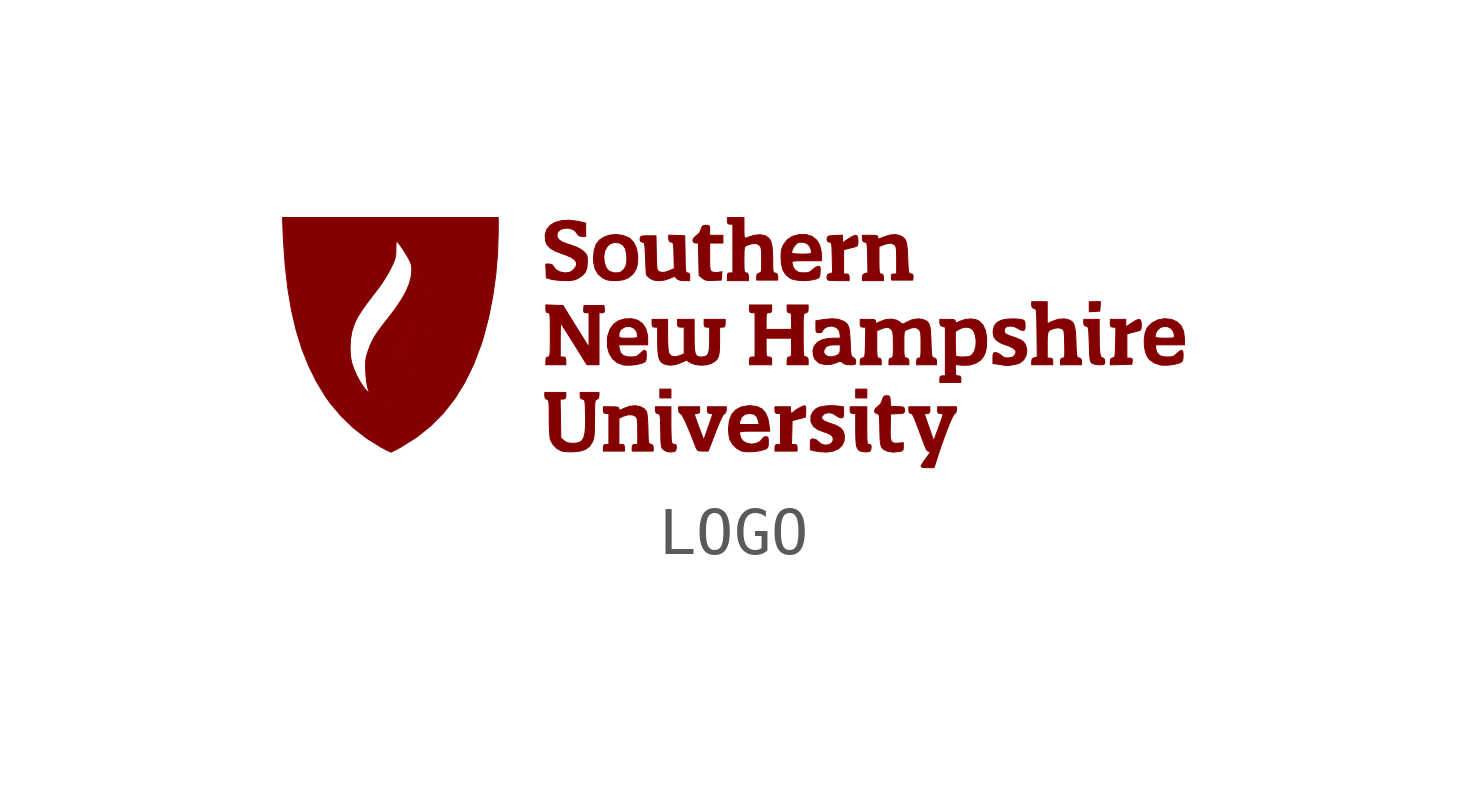
<source format=kicad_sym>
(kicad_symbol_lib
  (version 20220914)
  (generator "bitmap2component")
  (generator_version "9.0")
  (symbol "LOGO"
    (pin_names
      (offset 1.016))
    (property "Reference" "#G"
      (at 0 4.609 0)
      (effects (font (size 1.27 1.27)) hide))
    (symbol "LOGO_0_0"
      (polyline (pts (xy 4.238 -2.368) (xy 4.276 -2.251) (xy 4.335 -2.079) (xy 4.393 -1.918) (xy 4.448 -1.773) (xy 4.498 -1.65) (xy 4.541 -1.554) (xy 4.574 -1.492) (xy 4.596 -1.468) (xy 4.621 -1.449) (xy 4.633 -1.393) (xy 4.633 -1.325) (xy 4.437 -1.325) (xy 4.241 -1.325) (xy 4.241 -1.395) (xy 4.242 -1.425) (xy 4.257 -1.456) (xy 4.299 -1.464) (xy 4.337 -1.468) (xy 4.356 -1.483) (xy 4.356 -1.483) (xy 4.348 -1.513) (xy 4.327 -1.577) (xy 4.295 -1.665) (xy 4.258 -1.769) (xy 4.159 -2.037) (xy 4.07 -1.779) (xy 4.035 -1.681) (xy 4.004 -1.591) (xy 3.981 -1.525) (xy 3.97 -1.492) (xy 3.976 -1.472) (xy 4.02 -1.464) (xy 4.047 -1.462) (xy 4.074 -1.444) (xy 4.08 -1.395) (xy 4.08 -1.325) (xy 3.861 -1.325) (xy 3.642 -1.325) (xy 3.642 -1.395) (xy 3.649 -1.443) (xy 3.675 -1.464) (xy 3.685 -1.464) (xy 3.703 -1.472) (xy 3.722 -1.494) (xy 3.744 -1.535) (xy 3.772 -1.602) (xy 3.81 -1.7) (xy 3.861 -1.836) (xy 3.894 -1.925) (xy 3.938 -2.044) (xy 3.971 -2.13) (xy 3.995 -2.187) (xy 4.013 -2.222) (xy 4.028 -2.24) (xy 4.043 -2.248) (xy 4.06 -2.252) (xy 4.066 -2.253) (xy 4.082 -2.262) (xy 4.079 -2.284) (xy 4.053 -2.326) (xy 4.001 -2.397) (xy 3.994 -2.407) (xy 3.944 -2.477) (xy 3.909 -2.533) (xy 3.896 -2.564) (xy 3.902 -2.576) (xy 3.945 -2.589) (xy 4.03 -2.593) (xy 4.166 -2.593) (xy 4.238 -2.368)) (stroke (width 0.01) (type default)) (fill (type outline)))
      (polyline (pts (xy -7.14 -2.268) (xy -7.104 -2.251) (xy -7.041 -2.218) (xy -6.961 -2.176) (xy -6.937 -2.163) (xy -6.61 -1.957) (xy -6.314 -1.721) (xy -6.049 -1.452) (xy -5.812 -1.149) (xy -5.603 -0.811) (xy -5.422 -0.437) (xy -5.266 -0.026) (xy -5.213 0.147) (xy -5.108 0.551) (xy -5.024 0.982) (xy -4.961 1.428) (xy -4.923 1.878) (xy -4.91 2.32) (xy -4.91 2.616) (xy -7.156 2.616) (xy -9.402 2.616) (xy -9.391 2.311) (xy -9.382 2.113) (xy -9.345 1.596) (xy -9.289 1.117) (xy -9.213 0.674) (xy -9.117 0.264) (xy -9.009 -0.084) (xy -7.996 -0.084) (xy -7.987 0.081) (xy -7.962 0.227) (xy -7.951 0.268) (xy -7.925 0.353) (xy -7.894 0.433) (xy -7.855 0.515) (xy -7.803 0.603) (xy -7.737 0.704) (xy -7.651 0.824) (xy -7.543 0.968) (xy -7.41 1.141) (xy -7.38 1.18) (xy -7.297 1.303) (xy -7.215 1.435) (xy -7.15 1.556) (xy -7.146 1.565) (xy -7.098 1.664) (xy -7.068 1.739) (xy -7.051 1.802) (xy -7.043 1.869) (xy -7.042 1.953) (xy -7.042 1.974) (xy -7.04 2.054) (xy -7.035 2.11) (xy -7.03 2.131) (xy -7.025 2.129) (xy -6.997 2.099) (xy -6.955 2.043) (xy -6.904 1.969) (xy -6.851 1.888) (xy -6.802 1.809) (xy -6.765 1.741) (xy -6.737 1.683) (xy -6.716 1.619) (xy -6.711 1.567) (xy -6.684 1.567) (xy -6.673 1.579) (xy -6.661 1.567) (xy -6.673 1.556) (xy -6.684 1.567) (xy -6.711 1.567) (xy -6.71 1.552) (xy -6.714 1.461) (xy -6.726 1.372) (xy -6.736 1.337) (xy -6.523 1.337) (xy -6.511 1.348) (xy -6.5 1.337) (xy -6.511 1.325) (xy -6.523 1.337) (xy -6.736 1.337) (xy -6.766 1.226) (xy -6.832 1.071) (xy -6.851 1.037) (xy -6.385 1.037) (xy -6.373 1.049) (xy -6.362 1.037) (xy -6.373 1.026) (xy -6.385 1.037) (xy -6.851 1.037) (xy -6.928 0.902) (xy -7.055 0.713) (xy -7.217 0.502) (xy -7.303 0.392) (xy -6.73 0.392) (xy -6.719 0.403) (xy -6.707 0.392) (xy -6.719 0.38) (xy -6.73 0.392) (xy -7.303 0.392) (xy -7.322 0.368) (xy -7.412 0.246) (xy -7.453 0.184) (xy -6.776 0.184) (xy -6.765 0.196) (xy -6.753 0.184) (xy -6.362 0.184) (xy -6.35 0.196) (xy -6.338 0.184) (xy -6.35 0.173) (xy -6.362 0.184) (xy -6.753 0.184) (xy -6.765 0.173) (xy -6.776 0.184) (xy -7.453 0.184) (xy -7.481 0.141) (xy -7.535 0.044) (xy -7.555 0) (xy -6.869 0) (xy -6.857 0.011) (xy -6.846 0) (xy -6.857 -0.011) (xy -6.869 0) (xy -7.555 0) (xy -7.579 -0.054) (xy -7.619 -0.161) (xy -7.619 -0.162) (xy -7.626 -0.184) (xy -6.961 -0.184) (xy -6.949 -0.173) (xy -6.938 -0.184) (xy -6.949 -0.196) (xy -6.961 -0.184) (xy -7.626 -0.184) (xy -7.647 -0.249) (xy -7.664 -0.322) (xy -7.672 -0.394) (xy -7.673 -0.481) (xy -7.67 -0.576) (xy -6.73 -0.576) (xy -6.719 -0.565) (xy -6.707 -0.576) (xy -6.719 -0.588) (xy -6.73 -0.576) (xy -7.67 -0.576) (xy -7.669 -0.599) (xy -7.666 -0.656) (xy -7.655 -0.778) (xy -7.639 -0.881) (xy -7.623 -0.945) (xy -7.514 -0.945) (xy -7.503 -0.933) (xy -7.491 -0.945) (xy -7.503 -0.957) (xy -7.514 -0.945) (xy -7.623 -0.945) (xy -7.622 -0.951) (xy -7.611 -0.981) (xy -7.596 -1.03) (xy -7.594 -1.049) (xy -7.605 -1.04) (xy -7.639 -1.004) (xy -7.687 -0.951) (xy -7.706 -0.926) (xy -7.782 -0.814) (xy -7.856 -0.678) (xy -7.919 -0.535) (xy -7.964 -0.403) (xy -7.967 -0.392) (xy -7.99 -0.248) (xy -7.996 -0.084) (xy -9.009 -0.084) (xy -8.999 -0.116) (xy -8.86 -0.468) (xy -8.698 -0.796) (xy -8.513 -1.102) (xy -8.418 -1.237) (xy -8.392 -1.268) (xy -7.191 -1.268) (xy -7.18 -1.256) (xy -7.168 -1.268) (xy -7.18 -1.279) (xy -7.191 -1.268) (xy -8.392 -1.268) (xy -8.188 -1.511) (xy -7.929 -1.762) (xy -7.647 -1.982) (xy -7.353 -2.164) (xy -7.301 -2.192) (xy -7.224 -2.232) (xy -7.169 -2.259) (xy -7.145 -2.27) (xy -7.14 -2.268)) (stroke (width 0.01) (type default)) (fill (type outline)))
      (polyline (pts (xy -3.34 -2.262) (xy -3.207 -2.248) (xy -3.092 -2.21) (xy -3.008 -2.147) (xy -2.948 -2.054) (xy -2.935 -2.022) (xy -2.922 -1.975) (xy -2.914 -1.914) (xy -2.908 -1.832) (xy -2.906 -1.72) (xy -2.905 -1.571) (xy -2.904 -1.462) (xy -2.903 -1.35) (xy -2.901 -1.272) (xy -2.895 -1.221) (xy -2.887 -1.192) (xy -2.875 -1.177) (xy -2.858 -1.171) (xy -2.824 -1.148) (xy -2.812 -1.092) (xy -2.812 -1.026) (xy -3.008 -1.026) (xy -3.204 -1.026) (xy -3.204 -1.093) (xy -3.204 -1.107) (xy -3.191 -1.151) (xy -3.152 -1.168) (xy -3.134 -1.172) (xy -3.118 -1.183) (xy -3.107 -1.209) (xy -3.101 -1.257) (xy -3.096 -1.335) (xy -3.093 -1.452) (xy -3.091 -1.569) (xy -3.093 -1.734) (xy -3.103 -1.861) (xy -3.124 -1.955) (xy -3.157 -2.019) (xy -3.205 -2.059) (xy -3.269 -2.08) (xy -3.351 -2.086) (xy -3.427 -2.082) (xy -3.49 -2.066) (xy -3.542 -2.03) (xy -3.607 -1.975) (xy -3.614 -1.569) (xy -3.622 -1.164) (xy -3.563 -1.164) (xy -3.536 -1.162) (xy -3.51 -1.144) (xy -3.503 -1.095) (xy -3.503 -1.026) (xy -3.722 -1.026) (xy -3.941 -1.026) (xy -3.941 -1.092) (xy -3.932 -1.144) (xy -3.895 -1.171) (xy -3.886 -1.174) (xy -3.871 -1.184) (xy -3.861 -1.206) (xy -3.854 -1.246) (xy -3.851 -1.312) (xy -3.849 -1.411) (xy -3.849 -1.548) (xy -3.849 -1.614) (xy -3.846 -1.744) (xy -3.84 -1.859) (xy -3.833 -1.949) (xy -3.824 -2.004) (xy -3.821 -2.013) (xy -3.768 -2.112) (xy -3.686 -2.195) (xy -3.587 -2.247) (xy -3.585 -2.247) (xy -3.524 -2.257) (xy -3.436 -2.263) (xy -3.34 -2.262)) (stroke (width 0.01) (type default)) (fill (type outline)))
      (polyline (pts (xy -1.287 -2.264) (xy -1.235 -2.255) (xy -1.212 -2.232) (xy -1.203 -2.184) (xy -1.201 -2.151) (xy -1.21 -2.117) (xy -1.241 -2.109) (xy -1.268 -2.103) (xy -1.3 -2.072) (xy -1.302 -2.06) (xy -1.307 -2.005) (xy -1.31 -1.917) (xy -1.313 -1.806) (xy -1.314 -1.681) (xy -1.314 -1.325) (xy -1.475 -1.325) (xy -1.637 -1.325) (xy -1.637 -1.393) (xy -1.636 -1.407) (xy -1.623 -1.451) (xy -1.585 -1.468) (xy -1.572 -1.47) (xy -1.555 -1.478) (xy -1.544 -1.497) (xy -1.537 -1.534) (xy -1.532 -1.597) (xy -1.529 -1.692) (xy -1.526 -1.825) (xy -1.524 -1.927) (xy -1.522 -2.032) (xy -1.517 -2.105) (xy -1.51 -2.152) (xy -1.499 -2.183) (xy -1.482 -2.204) (xy -1.458 -2.224) (xy -1.391 -2.26) (xy -1.304 -2.266) (xy -1.287 -2.264)) (stroke (width 0.01) (type default)) (fill (type outline)))
      (polyline (pts (xy 0.443 -2.255) (xy 0.548 -2.239) (xy 0.629 -2.216) (xy 0.669 -2.198) (xy 0.7 -2.173) (xy 0.712 -2.134) (xy 0.715 -2.064) (xy 0.714 -2.021) (xy 0.709 -1.972) (xy 0.693 -1.952) (xy 0.661 -1.948) (xy 0.623 -1.957) (xy 0.581 -2.004) (xy 0.542 -2.05) (xy 0.462 -2.088) (xy 0.372 -2.103) (xy 0.273 -2.088) (xy 0.191 -2.042) (xy 0.136 -1.971) (xy 0.115 -1.88) (xy 0.115 -1.877) (xy 0.118 -1.859) (xy 0.131 -1.846) (xy 0.162 -1.839) (xy 0.217 -1.835) (xy 0.304 -1.833) (xy 0.429 -1.832) (xy 0.744 -1.832) (xy 0.727 -1.688) (xy 0.707 -1.574) (xy 0.656 -1.453) (xy 0.579 -1.368) (xy 0.472 -1.319) (xy 0.336 -1.302) (xy 0.292 -1.304) (xy 0.148 -1.33) (xy 0.036 -1.39) (xy -0.046 -1.484) (xy -0.095 -1.611) (xy -0.105 -1.694) (xy 0.11 -1.694) (xy 0.124 -1.619) (xy 0.159 -1.537) (xy 0.226 -1.482) (xy 0.321 -1.464) (xy 0.329 -1.464) (xy 0.416 -1.479) (xy 0.473 -1.525) (xy 0.506 -1.608) (xy 0.525 -1.694) (xy 0.317 -1.694) (xy 0.11 -1.694) (xy -0.105 -1.694) (xy -0.114 -1.772) (xy -0.112 -1.828) (xy -0.104 -1.921) (xy -0.089 -1.995) (xy -0.083 -2.013) (xy -0.028 -2.107) (xy 0.055 -2.189) (xy 0.15 -2.244) (xy 0.154 -2.245) (xy 0.229 -2.259) (xy 0.331 -2.262) (xy 0.443 -2.255)) (stroke (width 0.01) (type default)) (fill (type outline)))
      (polyline (pts (xy 2.068 -2.247) (xy 2.175 -2.199) (xy 2.252 -2.126) (xy 2.294 -2.031) (xy 2.297 -1.916) (xy 2.296 -1.904) (xy 2.27 -1.827) (xy 2.217 -1.766) (xy 2.132 -1.716) (xy 2.006 -1.671) (xy 1.967 -1.659) (xy 1.875 -1.619) (xy 1.828 -1.576) (xy 1.827 -1.53) (xy 1.869 -1.48) (xy 1.892 -1.465) (xy 1.97 -1.447) (xy 2.055 -1.462) (xy 2.131 -1.509) (xy 2.178 -1.54) (xy 2.232 -1.556) (xy 2.246 -1.555) (xy 2.269 -1.544) (xy 2.28 -1.51) (xy 2.282 -1.442) (xy 2.282 -1.328) (xy 2.178 -1.312) (xy 2.125 -1.306) (xy 2 -1.302) (xy 1.881 -1.311) (xy 1.78 -1.332) (xy 1.712 -1.363) (xy 1.65 -1.422) (xy 1.604 -1.515) (xy 1.601 -1.618) (xy 1.607 -1.641) (xy 1.654 -1.728) (xy 1.74 -1.796) (xy 1.869 -1.846) (xy 1.946 -1.872) (xy 2.026 -1.915) (xy 2.064 -1.966) (xy 2.065 -2.028) (xy 2.064 -2.031) (xy 2.028 -2.087) (xy 1.966 -2.118) (xy 1.891 -2.123) (xy 1.816 -2.1) (xy 1.754 -2.05) (xy 1.715 -2.014) (xy 1.65 -1.994) (xy 1.626 -1.995) (xy 1.602 -2.006) (xy 1.592 -2.04) (xy 1.59 -2.108) (xy 1.59 -2.221) (xy 1.688 -2.244) (xy 1.777 -2.26) (xy 1.934 -2.268) (xy 2.068 -2.247)) (stroke (width 0.01) (type default)) (fill (type outline)))
      (polyline (pts (xy 2.817 -2.257) (xy 2.844 -2.235) (xy 2.854 -2.184) (xy 2.856 -2.148) (xy 2.846 -2.117) (xy 2.813 -2.109) (xy 2.797 -2.107) (xy 2.784 -2.099) (xy 2.776 -2.076) (xy 2.77 -2.033) (xy 2.767 -1.963) (xy 2.766 -1.86) (xy 2.766 -1.717) (xy 2.766 -1.325) (xy 2.593 -1.325) (xy 2.42 -1.325) (xy 2.42 -1.395) (xy 2.421 -1.425) (xy 2.437 -1.456) (xy 2.478 -1.464) (xy 2.535 -1.464) (xy 2.535 -1.799) (xy 2.535 -1.822) (xy 2.537 -1.966) (xy 2.543 -2.072) (xy 2.554 -2.146) (xy 2.572 -2.195) (xy 2.598 -2.227) (xy 2.635 -2.248) (xy 2.636 -2.248) (xy 2.695 -2.261) (xy 2.766 -2.264) (xy 2.817 -2.257)) (stroke (width 0.01) (type default)) (fill (type outline)))
      (polyline (pts (xy 3.454 -2.256) (xy 3.5 -2.242) (xy 3.522 -2.215) (xy 3.526 -2.158) (xy 3.526 -2.074) (xy 3.413 -2.082) (xy 3.395 -2.083) (xy 3.337 -2.082) (xy 3.296 -2.066) (xy 3.271 -2.03) (xy 3.257 -1.967) (xy 3.253 -1.87) (xy 3.255 -1.734) (xy 3.261 -1.475) (xy 3.405 -1.468) (xy 3.431 -1.467) (xy 3.499 -1.462) (xy 3.534 -1.452) (xy 3.547 -1.431) (xy 3.55 -1.395) (xy 3.55 -1.383) (xy 3.545 -1.351) (xy 3.527 -1.334) (xy 3.484 -1.325) (xy 3.405 -1.321) (xy 3.261 -1.314) (xy 3.254 -1.204) (xy 3.251 -1.161) (xy 3.242 -1.116) (xy 3.221 -1.098) (xy 3.18 -1.095) (xy 3.177 -1.095) (xy 3.134 -1.101) (xy 3.108 -1.129) (xy 3.088 -1.189) (xy 3.056 -1.264) (xy 2.995 -1.321) (xy 2.95 -1.359) (xy 2.927 -1.406) (xy 2.936 -1.446) (xy 2.979 -1.468) (xy 2.981 -1.468) (xy 3.001 -1.473) (xy 3.016 -1.487) (xy 3.025 -1.516) (xy 3.03 -1.569) (xy 3.034 -1.653) (xy 3.037 -1.775) (xy 3.039 -1.882) (xy 3.043 -1.997) (xy 3.05 -2.079) (xy 3.062 -2.135) (xy 3.079 -2.173) (xy 3.105 -2.201) (xy 3.141 -2.225) (xy 3.191 -2.248) (xy 3.311 -2.269) (xy 3.454 -2.256)) (stroke (width 0.01) (type default)) (fill (type outline)))
      (polyline (pts (xy -2.282 -2.178) (xy -2.283 -2.148) (xy -2.298 -2.116) (xy -2.34 -2.109) (xy -2.397 -2.109) (xy -2.397 -1.837) (xy -2.397 -1.564) (xy -2.316 -1.526) (xy -2.303 -1.52) (xy -2.204 -1.491) (xy -2.115 -1.493) (xy -2.047 -1.525) (xy -2.029 -1.547) (xy -2.017 -1.581) (xy -2.01 -1.634) (xy -2.006 -1.716) (xy -2.005 -1.836) (xy -2.005 -2.109) (xy -2.063 -2.109) (xy -2.088 -2.111) (xy -2.114 -2.129) (xy -2.12 -2.178) (xy -2.12 -2.247) (xy -1.902 -2.247) (xy -1.683 -2.247) (xy -1.683 -2.18) (xy -1.683 -2.166) (xy -1.696 -2.122) (xy -1.734 -2.105) (xy -1.739 -2.104) (xy -1.759 -2.098) (xy -1.772 -2.084) (xy -1.781 -2.053) (xy -1.786 -1.998) (xy -1.79 -1.911) (xy -1.792 -1.786) (xy -1.796 -1.671) (xy -1.803 -1.554) (xy -1.813 -1.468) (xy -1.826 -1.421) (xy -1.872 -1.365) (xy -1.955 -1.321) (xy -2.059 -1.303) (xy -2.174 -1.315) (xy -2.289 -1.357) (xy -2.338 -1.381) (xy -2.378 -1.396) (xy -2.394 -1.392) (xy -2.397 -1.368) (xy -2.402 -1.346) (xy -2.425 -1.333) (xy -2.473 -1.327) (xy -2.558 -1.325) (xy -2.72 -1.325) (xy -2.72 -1.395) (xy -2.718 -1.425) (xy -2.703 -1.456) (xy -2.662 -1.464) (xy -2.605 -1.464) (xy -2.605 -1.786) (xy -2.605 -2.109) (xy -2.662 -2.109) (xy -2.687 -2.111) (xy -2.714 -2.129) (xy -2.72 -2.178) (xy -2.72 -2.247) (xy -2.501 -2.247) (xy -2.282 -2.247) (xy -2.282 -2.178)) (stroke (width 0.01) (type default)) (fill (type outline)))
      (polyline (pts (xy -0.39 -1.864) (xy -0.364 -1.799) (xy -0.306 -1.656) (xy -0.26 -1.554) (xy -0.226 -1.493) (xy -0.202 -1.469) (xy -0.175 -1.45) (xy -0.161 -1.392) (xy -0.161 -1.325) (xy -0.357 -1.325) (xy -0.553 -1.325) (xy -0.553 -1.395) (xy -0.552 -1.426) (xy -0.536 -1.456) (xy -0.494 -1.464) (xy -0.455 -1.468) (xy -0.442 -1.482) (xy -0.452 -1.509) (xy -0.473 -1.57) (xy -0.504 -1.657) (xy -0.54 -1.76) (xy -0.63 -2.019) (xy -0.715 -1.793) (xy -0.721 -1.779) (xy -0.766 -1.657) (xy -0.797 -1.571) (xy -0.815 -1.516) (xy -0.82 -1.483) (xy -0.815 -1.468) (xy -0.799 -1.464) (xy -0.774 -1.464) (xy -0.747 -1.462) (xy -0.721 -1.444) (xy -0.715 -1.395) (xy -0.715 -1.325) (xy -0.933 -1.325) (xy -1.153 -1.325) (xy -1.153 -1.392) (xy -1.144 -1.44) (xy -1.11 -1.469) (xy -1.11 -1.47) (xy -1.085 -1.493) (xy -1.05 -1.554) (xy -1.002 -1.653) (xy -0.942 -1.792) (xy -0.869 -1.973) (xy -0.782 -2.195) (xy -0.779 -2.201) (xy -0.759 -2.23) (xy -0.72 -2.244) (xy -0.649 -2.247) (xy -0.537 -2.247) (xy -0.39 -1.864)) (stroke (width 0.01) (type default)) (fill (type outline)))
      (polyline (pts (xy 1.314 -2.178) (xy 1.312 -2.147) (xy 1.297 -2.116) (xy 1.255 -2.109) (xy 1.197 -2.109) (xy 1.204 -1.861) (xy 1.21 -1.614) (xy 1.348 -1.577) (xy 1.487 -1.541) (xy 1.494 -1.421) (xy 1.495 -1.385) (xy 1.49 -1.324) (xy 1.475 -1.302) (xy 1.464 -1.304) (xy 1.412 -1.323) (xy 1.347 -1.356) (xy 1.286 -1.394) (xy 1.246 -1.427) (xy 1.245 -1.428) (xy 1.207 -1.46) (xy 1.183 -1.449) (xy 1.175 -1.395) (xy 1.175 -1.325) (xy 1.014 -1.325) (xy 0.853 -1.325) (xy 0.853 -1.395) (xy 0.854 -1.425) (xy 0.869 -1.456) (xy 0.91 -1.464) (xy 0.968 -1.464) (xy 0.968 -1.786) (xy 0.968 -2.109) (xy 0.91 -2.109) (xy 0.885 -2.111) (xy 0.859 -2.129) (xy 0.853 -2.178) (xy 0.853 -2.247) (xy 1.083 -2.247) (xy 1.314 -2.247) (xy 1.314 -2.178)) (stroke (width 0.01) (type default)) (fill (type outline)))
      (polyline (pts (xy -1.314 -1.049) (xy -1.314 -0.957) (xy -1.429 -0.957) (xy -1.544 -0.957) (xy -1.544 -1.049) (xy -1.544 -1.141) (xy -1.429 -1.141) (xy -1.314 -1.141) (xy -1.314 -1.049)) (stroke (width 0.01) (type default)) (fill (type outline)))
      (polyline (pts (xy 2.766 -1.049) (xy 2.766 -0.957) (xy 2.651 -0.957) (xy 2.535 -0.957) (xy 2.535 -1.049) (xy 2.535 -1.141) (xy 2.651 -1.141) (xy 2.766 -1.141) (xy 2.766 -1.049)) (stroke (width 0.01) (type default)) (fill (type outline)))
      (polyline (pts (xy 4.725 -0.749) (xy 4.724 -0.719) (xy 4.709 -0.687) (xy 4.667 -0.68) (xy 4.643 -0.679) (xy 4.621 -0.666) (xy 4.612 -0.631) (xy 4.61 -0.561) (xy 4.61 -0.443) (xy 4.729 -0.457) (xy 4.752 -0.46) (xy 4.902 -0.456) (xy 5.032 -0.419) (xy 5.134 -0.352) (xy 5.189 -0.287) (xy 5.232 -0.199) (xy 5.256 -0.087) (xy 5.262 0.058) (xy 5.261 0.11) (xy 5.237 0.263) (xy 5.183 0.38) (xy 5.101 0.462) (xy 5.035 0.491) (xy 4.93 0.505) (xy 4.815 0.494) (xy 4.707 0.457) (xy 4.667 0.438) (xy 4.628 0.422) (xy 4.612 0.428) (xy 4.61 0.452) (xy 4.61 0.453) (xy 4.604 0.475) (xy 4.582 0.488) (xy 4.534 0.494) (xy 4.448 0.496) (xy 4.287 0.496) (xy 4.287 0.429) (xy 4.287 0.417) (xy 4.301 0.37) (xy 4.345 0.348) (xy 4.402 0.333) (xy 4.402 -0.007) (xy 4.61 -0.007) (xy 4.61 0.243) (xy 4.685 0.288) (xy 4.733 0.313) (xy 4.827 0.334) (xy 4.912 0.322) (xy 4.976 0.275) (xy 4.988 0.257) (xy 5.026 0.166) (xy 5.043 0.056) (xy 5.038 -0.057) (xy 5.012 -0.159) (xy 4.965 -0.234) (xy 4.958 -0.242) (xy 4.916 -0.271) (xy 4.861 -0.284) (xy 4.776 -0.288) (xy 4.716 -0.287) (xy 4.655 -0.281) (xy 4.625 -0.273) (xy 4.62 -0.254) (xy 4.615 -0.196) (xy 4.611 -0.11) (xy 4.61 -0.007) (xy 4.402 -0.007) (xy 4.402 -0.173) (xy 4.402 -0.68) (xy 4.345 -0.68) (xy 4.32 -0.682) (xy 4.293 -0.7) (xy 4.287 -0.749) (xy 4.287 -0.818) (xy 4.506 -0.818) (xy 4.725 -0.818) (xy 4.725 -0.749)) (stroke (width 0.01) (type default)) (fill (type outline)))
      (polyline (pts (xy -2.033 -0.445) (xy -1.914 -0.416) (xy -1.877 -0.401) (xy -1.846 -0.379) (xy -1.832 -0.339) (xy -1.825 -0.269) (xy -1.825 -0.246) (xy -1.831 -0.176) (xy -1.855 -0.148) (xy -1.897 -0.163) (xy -1.959 -0.219) (xy -1.977 -0.237) (xy -2.02 -0.27) (xy -2.072 -0.285) (xy -2.15 -0.288) (xy -2.221 -0.284) (xy -2.307 -0.258) (xy -2.362 -0.205) (xy -2.389 -0.121) (xy -2.403 -0.035) (xy -2.1 -0.035) (xy -1.798 -0.035) (xy -1.798 0.093) (xy -1.802 0.166) (xy -1.837 0.301) (xy -1.904 0.404) (xy -2.001 0.475) (xy -2.126 0.509) (xy -2.274 0.505) (xy -2.397 0.47) (xy -2.505 0.397) (xy -2.582 0.29) (xy -2.625 0.16) (xy -2.397 0.16) (xy -2.393 0.215) (xy -2.363 0.279) (xy -2.299 0.326) (xy -2.24 0.347) (xy -2.152 0.345) (xy -2.077 0.308) (xy -2.025 0.242) (xy -2.005 0.151) (xy -2.007 0.134) (xy -2.018 0.118) (xy -2.048 0.108) (xy -2.106 0.104) (xy -2.201 0.104) (xy -2.292 0.104) (xy -2.352 0.107) (xy -2.383 0.116) (xy -2.395 0.133) (xy -2.397 0.16) (xy -2.625 0.16) (xy -2.628 0.151) (xy -2.638 0.074) (xy -2.634 -0.079) (xy -2.597 -0.213) (xy -2.529 -0.324) (xy -2.433 -0.405) (xy -2.312 -0.451) (xy -2.281 -0.456) (xy -2.163 -0.459) (xy -2.033 -0.445)) (stroke (width 0.01) (type default)) (fill (type outline)))
      (polyline (pts (xy -0.566 -0.45) (xy -0.469 -0.419) (xy -0.465 -0.417) (xy -0.402 -0.379) (xy -0.356 -0.337) (xy -0.327 -0.283) (xy -0.31 -0.208) (xy -0.302 -0.104) (xy -0.3 0.038) (xy -0.3 0.334) (xy -0.242 0.334) (xy -0.208 0.338) (xy -0.189 0.36) (xy -0.184 0.415) (xy -0.184 0.496) (xy -0.403 0.496) (xy -0.622 0.496) (xy -0.622 0.415) (xy -0.62 0.367) (xy -0.604 0.34) (xy -0.565 0.334) (xy -0.507 0.334) (xy -0.507 0.069) (xy -0.508 -0.025) (xy -0.516 -0.136) (xy -0.533 -0.212) (xy -0.563 -0.258) (xy -0.609 -0.282) (xy -0.672 -0.288) (xy -0.72 -0.286) (xy -0.763 -0.274) (xy -0.793 -0.247) (xy -0.812 -0.197) (xy -0.824 -0.12) (xy -0.829 -0.009) (xy -0.83 0.142) (xy -0.83 0.496) (xy -1.003 0.496) (xy -1.175 0.496) (xy -1.175 0.415) (xy -1.172 0.361) (xy -1.153 0.339) (xy -1.106 0.334) (xy -1.037 0.334) (xy -1.037 0.056) (xy -1.037 -0.221) (xy -1.12 -0.256) (xy -1.134 -0.262) (xy -1.23 -0.284) (xy -1.305 -0.269) (xy -1.353 -0.219) (xy -1.361 -0.198) (xy -1.373 -0.121) (xy -1.38 0.001) (xy -1.383 0.167) (xy -1.383 0.496) (xy -1.544 0.496) (xy -1.706 0.496) (xy -1.706 0.415) (xy -1.703 0.367) (xy -1.687 0.34) (xy -1.648 0.334) (xy -1.59 0.334) (xy -1.59 0.045) (xy -1.59 -0.013) (xy -1.585 -0.158) (xy -1.573 -0.266) (xy -1.55 -0.343) (xy -1.515 -0.395) (xy -1.465 -0.428) (xy -1.397 -0.45) (xy -1.338 -0.458) (xy -1.222 -0.447) (xy -1.089 -0.399) (xy -0.991 -0.353) (xy -0.907 -0.406) (xy -0.898 -0.411) (xy -0.801 -0.446) (xy -0.683 -0.459) (xy -0.566 -0.45)) (stroke (width 0.01) (type default)) (fill (type outline)))
      (polyline (pts (xy 5.736 -0.462) (xy 5.818 -0.449) (xy 5.896 -0.432) (xy 5.952 -0.412) (xy 6.03 -0.349) (xy 6.081 -0.259) (xy 6.098 -0.155) (xy 6.077 -0.05) (xy 6.058 -0.012) (xy 6.025 0.03) (xy 5.974 0.066) (xy 5.897 0.1) (xy 5.785 0.139) (xy 5.748 0.151) (xy 5.679 0.18) (xy 5.642 0.207) (xy 5.628 0.239) (xy 5.629 0.275) (xy 5.648 0.324) (xy 5.695 0.35) (xy 5.766 0.356) (xy 5.843 0.343) (xy 5.907 0.311) (xy 5.962 0.279) (xy 6.014 0.265) (xy 6.019 0.265) (xy 6.047 0.274) (xy 6.059 0.304) (xy 6.062 0.368) (xy 6.062 0.389) (xy 6.056 0.445) (xy 6.038 0.473) (xy 5.998 0.489) (xy 5.997 0.489) (xy 5.913 0.502) (xy 5.809 0.506) (xy 5.701 0.501) (xy 5.607 0.487) (xy 5.542 0.467) (xy 5.469 0.42) (xy 5.424 0.362) (xy 5.401 0.279) (xy 5.396 0.218) (xy 5.413 0.131) (xy 5.466 0.06) (xy 5.558 0.002) (xy 5.692 -0.048) (xy 5.725 -0.059) (xy 5.796 -0.093) (xy 5.844 -0.128) (xy 5.868 -0.157) (xy 5.874 -0.191) (xy 5.853 -0.238) (xy 5.834 -0.266) (xy 5.791 -0.295) (xy 5.721 -0.307) (xy 5.674 -0.308) (xy 5.616 -0.294) (xy 5.566 -0.255) (xy 5.561 -0.25) (xy 5.504 -0.212) (xy 5.45 -0.196) (xy 5.429 -0.197) (xy 5.405 -0.208) (xy 5.395 -0.242) (xy 5.393 -0.31) (xy 5.393 -0.424) (xy 5.503 -0.438) (xy 5.538 -0.443) (xy 5.6 -0.454) (xy 5.636 -0.462) (xy 5.668 -0.466) (xy 5.736 -0.462)) (stroke (width 0.01) (type default)) (fill (type outline)))
      (polyline (pts (xy 9.153 -0.444) (xy 9.264 -0.416) (xy 9.302 -0.401) (xy 9.333 -0.379) (xy 9.347 -0.339) (xy 9.353 -0.269) (xy 9.354 -0.246) (xy 9.348 -0.176) (xy 9.324 -0.148) (xy 9.281 -0.163) (xy 9.22 -0.219) (xy 9.198 -0.241) (xy 9.156 -0.271) (xy 9.104 -0.285) (xy 9.025 -0.288) (xy 9.011 -0.288) (xy 8.934 -0.283) (xy 8.882 -0.266) (xy 8.838 -0.232) (xy 8.803 -0.184) (xy 8.782 -0.105) (xy 8.782 -0.035) (xy 9.081 -0.035) (xy 9.381 -0.035) (xy 9.381 0.093) (xy 9.381 0.105) (xy 9.362 0.25) (xy 9.311 0.363) (xy 9.227 0.444) (xy 9.109 0.495) (xy 9.107 0.495) (xy 8.967 0.51) (xy 8.832 0.486) (xy 8.712 0.426) (xy 8.617 0.334) (xy 8.601 0.309) (xy 8.562 0.206) (xy 8.556 0.162) (xy 8.77 0.162) (xy 8.79 0.223) (xy 8.828 0.283) (xy 8.877 0.324) (xy 8.939 0.346) (xy 9.027 0.345) (xy 9.102 0.309) (xy 9.154 0.242) (xy 9.174 0.151) (xy 9.172 0.135) (xy 9.161 0.118) (xy 9.132 0.108) (xy 9.074 0.105) (xy 8.979 0.104) (xy 8.945 0.104) (xy 8.861 0.107) (xy 8.801 0.113) (xy 8.775 0.121) (xy 8.77 0.162) (xy 8.556 0.162) (xy 8.544 0.08) (xy 8.546 -0.053) (xy 8.568 -0.18) (xy 8.611 -0.286) (xy 8.663 -0.348) (xy 8.758 -0.412) (xy 8.873 -0.452) (xy 8.916 -0.458) (xy 9.029 -0.459) (xy 9.153 -0.444)) (stroke (width 0.01) (type default)) (fill (type outline)))
      (polyline (pts (xy -3.503 -0.369) (xy -3.506 -0.321) (xy -3.522 -0.294) (xy -3.561 -0.288) (xy -3.619 -0.288) (xy -3.619 0.073) (xy -3.619 0.15) (xy -3.617 0.261) (xy -3.616 0.349) (xy -3.613 0.406) (xy -3.61 0.424) (xy -3.607 0.419) (xy -3.583 0.382) (xy -3.54 0.314) (xy -3.481 0.221) (xy -3.411 0.109) (xy -3.332 -0.017) (xy -3.062 -0.45) (xy -2.937 -0.45) (xy -2.812 -0.45) (xy -2.812 0.092) (xy -2.812 0.634) (xy -2.753 0.634) (xy -2.719 0.637) (xy -2.7 0.657) (xy -2.701 0.709) (xy -2.708 0.784) (xy -2.916 0.784) (xy -3.123 0.784) (xy -3.13 0.709) (xy -3.132 0.665) (xy -3.119 0.639) (xy -3.079 0.634) (xy -3.019 0.634) (xy -3.019 0.271) (xy -3.019 -0.091) (xy -3.291 0.346) (xy -3.562 0.784) (xy -3.74 0.79) (xy -3.918 0.797) (xy -3.918 0.716) (xy -3.917 0.678) (xy -3.904 0.643) (xy -3.872 0.634) (xy -3.864 0.633) (xy -3.85 0.629) (xy -3.841 0.614) (xy -3.834 0.582) (xy -3.83 0.528) (xy -3.827 0.446) (xy -3.826 0.33) (xy -3.826 0.173) (xy -3.826 0.092) (xy -3.827 -0.045) (xy -3.828 -0.144) (xy -3.831 -0.212) (xy -3.837 -0.254) (xy -3.845 -0.277) (xy -3.857 -0.286) (xy -3.872 -0.288) (xy -3.893 -0.291) (xy -3.913 -0.313) (xy -3.918 -0.369) (xy -3.918 -0.45) (xy -3.711 -0.45) (xy -3.503 -0.45) (xy -3.503 -0.369)) (stroke (width 0.01) (type default)) (fill (type outline)))
      (polyline (pts (xy 0.784 -0.369) (xy 0.781 -0.321) (xy 0.765 -0.294) (xy 0.726 -0.288) (xy 0.698 -0.286) (xy 0.681 -0.275) (xy 0.672 -0.245) (xy 0.669 -0.187) (xy 0.668 -0.092) (xy 0.668 0.104) (xy 0.933 0.104) (xy 1.198 0.104) (xy 1.198 -0.092) (xy 1.198 -0.158) (xy 1.196 -0.228) (xy 1.188 -0.268) (xy 1.175 -0.284) (xy 1.152 -0.288) (xy 1.132 -0.291) (xy 1.111 -0.313) (xy 1.106 -0.369) (xy 1.106 -0.45) (xy 1.325 -0.45) (xy 1.544 -0.45) (xy 1.544 -0.37) (xy 1.543 -0.336) (xy 1.529 -0.298) (xy 1.492 -0.284) (xy 1.481 -0.282) (xy 1.466 -0.276) (xy 1.455 -0.26) (xy 1.448 -0.229) (xy 1.444 -0.176) (xy 1.442 -0.096) (xy 1.441 0.019) (xy 1.44 0.173) (xy 1.441 0.276) (xy 1.441 0.404) (xy 1.443 0.496) (xy 1.446 0.558) (xy 1.452 0.596) (xy 1.461 0.617) (xy 1.475 0.626) (xy 1.492 0.63) (xy 1.515 0.635) (xy 1.538 0.66) (xy 1.544 0.716) (xy 1.544 0.795) (xy 1.325 0.795) (xy 1.106 0.795) (xy 1.106 0.715) (xy 1.108 0.678) (xy 1.121 0.643) (xy 1.152 0.634) (xy 1.161 0.634) (xy 1.181 0.626) (xy 1.192 0.601) (xy 1.197 0.549) (xy 1.198 0.461) (xy 1.198 0.288) (xy 0.933 0.288) (xy 0.668 0.288) (xy 0.668 0.461) (xy 0.669 0.522) (xy 0.671 0.585) (xy 0.679 0.619) (xy 0.697 0.632) (xy 0.726 0.634) (xy 0.76 0.638) (xy 0.779 0.66) (xy 0.784 0.715) (xy 0.784 0.795) (xy 0.553 0.795) (xy 0.323 0.795) (xy 0.323 0.715) (xy 0.325 0.667) (xy 0.341 0.64) (xy 0.38 0.634) (xy 0.438 0.634) (xy 0.438 0.173) (xy 0.438 -0.288) (xy 0.38 -0.288) (xy 0.346 -0.292) (xy 0.327 -0.314) (xy 0.323 -0.369) (xy 0.323 -0.45) (xy 0.553 -0.45) (xy 0.784 -0.45) (xy 0.784 -0.369)) (stroke (width 0.01) (type default)) (fill (type outline)))
      (polyline (pts (xy 2.473 -0.449) (xy 2.515 -0.442) (xy 2.532 -0.423) (xy 2.535 -0.386) (xy 2.526 -0.338) (xy 2.483 -0.299) (xy 2.464 -0.289) (xy 2.449 -0.271) (xy 2.438 -0.239) (xy 2.431 -0.184) (xy 2.425 -0.1) (xy 2.42 0.023) (xy 2.414 0.151) (xy 2.404 0.257) (xy 2.389 0.333) (xy 2.365 0.385) (xy 2.331 0.423) (xy 2.284 0.455) (xy 2.178 0.496) (xy 2.043 0.509) (xy 1.877 0.494) (xy 1.706 0.466) (xy 1.706 0.343) (xy 1.707 0.274) (xy 1.714 0.235) (xy 1.735 0.221) (xy 1.775 0.219) (xy 1.823 0.226) (xy 1.844 0.252) (xy 1.849 0.275) (xy 1.889 0.316) (xy 1.954 0.346) (xy 2.032 0.357) (xy 2.061 0.355) (xy 2.139 0.322) (xy 2.193 0.257) (xy 2.213 0.17) (xy 2.213 0.104) (xy 2.056 0.104) (xy 1.968 0.099) (xy 1.836 0.07) (xy 1.736 0.015) (xy 1.671 -0.061) (xy 1.643 -0.156) (xy 1.649 -0.2) (xy 1.869 -0.2) (xy 1.872 -0.143) (xy 1.913 -0.081) (xy 1.942 -0.058) (xy 1.999 -0.04) (xy 2.086 -0.035) (xy 2.213 -0.035) (xy 2.213 -0.126) (xy 2.209 -0.18) (xy 2.19 -0.222) (xy 2.145 -0.253) (xy 2.11 -0.269) (xy 2.026 -0.286) (xy 1.953 -0.277) (xy 1.899 -0.246) (xy 1.869 -0.2) (xy 1.649 -0.2) (xy 1.657 -0.267) (xy 1.688 -0.336) (xy 1.759 -0.404) (xy 1.788 -0.42) (xy 1.895 -0.446) (xy 2.014 -0.442) (xy 2.131 -0.407) (xy 2.161 -0.394) (xy 2.206 -0.379) (xy 2.235 -0.383) (xy 2.263 -0.408) (xy 2.269 -0.413) (xy 2.327 -0.441) (xy 2.42 -0.45) (xy 2.473 -0.449)) (stroke (width 0.01) (type default)) (fill (type outline)))
      (polyline (pts (xy 3.066 -0.38) (xy 3.065 -0.362) (xy 3.053 -0.322) (xy 3.019 -0.311) (xy 3.004 -0.31) (xy 2.99 -0.3) (xy 2.981 -0.274) (xy 2.976 -0.225) (xy 2.974 -0.144) (xy 2.973 -0.025) (xy 2.973 0.26) (xy 3.066 0.297) (xy 3.122 0.318) (xy 3.185 0.332) (xy 3.23 0.322) (xy 3.273 0.288) (xy 3.278 0.283) (xy 3.296 0.257) (xy 3.308 0.222) (xy 3.315 0.167) (xy 3.318 0.085) (xy 3.319 -0.035) (xy 3.319 -0.116) (xy 3.317 -0.207) (xy 3.313 -0.264) (xy 3.305 -0.295) (xy 3.292 -0.308) (xy 3.273 -0.311) (xy 3.261 -0.312) (xy 3.234 -0.33) (xy 3.227 -0.38) (xy 3.227 -0.45) (xy 3.434 -0.45) (xy 3.642 -0.45) (xy 3.642 -0.382) (xy 3.641 -0.368) (xy 3.628 -0.324) (xy 3.59 -0.307) (xy 3.571 -0.303) (xy 3.555 -0.292) (xy 3.546 -0.266) (xy 3.54 -0.218) (xy 3.538 -0.14) (xy 3.538 -0.023) (xy 3.538 0.092) (xy 3.54 0.172) (xy 3.546 0.222) (xy 3.556 0.251) (xy 3.573 0.269) (xy 3.599 0.282) (xy 3.605 0.285) (xy 3.708 0.322) (xy 3.787 0.324) (xy 3.847 0.29) (xy 3.855 0.282) (xy 3.873 0.256) (xy 3.885 0.221) (xy 3.892 0.166) (xy 3.895 0.084) (xy 3.895 -0.035) (xy 3.895 -0.116) (xy 3.894 -0.207) (xy 3.89 -0.264) (xy 3.882 -0.295) (xy 3.869 -0.308) (xy 3.849 -0.311) (xy 3.837 -0.312) (xy 3.81 -0.33) (xy 3.803 -0.38) (xy 3.803 -0.45) (xy 4.011 -0.45) (xy 4.218 -0.45) (xy 4.218 -0.382) (xy 4.218 -0.368) (xy 4.205 -0.324) (xy 4.166 -0.307) (xy 4.156 -0.305) (xy 4.139 -0.298) (xy 4.127 -0.281) (xy 4.118 -0.245) (xy 4.112 -0.185) (xy 4.107 -0.093) (xy 4.103 0.038) (xy 4.098 0.149) (xy 4.09 0.268) (xy 4.077 0.354) (xy 4.055 0.412) (xy 4.023 0.451) (xy 3.977 0.477) (xy 3.915 0.496) (xy 3.839 0.507) (xy 3.713 0.489) (xy 3.583 0.43) (xy 3.566 0.42) (xy 3.525 0.4) (xy 3.493 0.406) (xy 3.449 0.441) (xy 3.383 0.48) (xy 3.277 0.502) (xy 3.158 0.491) (xy 3.037 0.447) (xy 3.003 0.429) (xy 2.966 0.414) (xy 2.952 0.421) (xy 2.95 0.449) (xy 2.95 0.453) (xy 2.944 0.476) (xy 2.922 0.489) (xy 2.874 0.494) (xy 2.789 0.496) (xy 2.628 0.496) (xy 2.628 0.415) (xy 2.63 0.367) (xy 2.647 0.34) (xy 2.686 0.334) (xy 2.744 0.334) (xy 2.738 0.017) (xy 2.737 -0.019) (xy 2.734 -0.135) (xy 2.73 -0.214) (xy 2.724 -0.263) (xy 2.715 -0.29) (xy 2.7 -0.302) (xy 2.679 -0.307) (xy 2.669 -0.309) (xy 2.636 -0.33) (xy 2.628 -0.382) (xy 2.628 -0.45) (xy 2.846 -0.45) (xy 3.066 -0.45) (xy 3.066 -0.38)) (stroke (width 0.01) (type default)) (fill (type outline)))
      (polyline (pts (xy 6.638 -0.38) (xy 6.637 -0.35) (xy 6.622 -0.319) (xy 6.58 -0.311) (xy 6.523 -0.311) (xy 6.523 -0.037) (xy 6.523 -0.006) (xy 6.524 0.108) (xy 6.53 0.187) (xy 6.544 0.238) (xy 6.57 0.27) (xy 6.611 0.29) (xy 6.671 0.308) (xy 6.686 0.312) (xy 6.76 0.321) (xy 6.821 0.304) (xy 6.824 0.303) (xy 6.847 0.29) (xy 6.863 0.271) (xy 6.874 0.24) (xy 6.88 0.186) (xy 6.884 0.103) (xy 6.887 -0.018) (xy 6.889 -0.131) (xy 6.889 -0.216) (xy 6.886 -0.269) (xy 6.878 -0.297) (xy 6.865 -0.309) (xy 6.846 -0.311) (xy 6.833 -0.312) (xy 6.807 -0.33) (xy 6.799 -0.38) (xy 6.799 -0.45) (xy 7.018 -0.45) (xy 7.237 -0.45) (xy 7.237 -0.382) (xy 7.237 -0.368) (xy 7.224 -0.324) (xy 7.186 -0.307) (xy 7.179 -0.306) (xy 7.16 -0.3) (xy 7.147 -0.283) (xy 7.138 -0.25) (xy 7.132 -0.193) (xy 7.127 -0.104) (xy 7.122 0.024) (xy 7.119 0.093) (xy 7.111 0.228) (xy 7.097 0.328) (xy 7.076 0.397) (xy 7.045 0.444) (xy 7 0.474) (xy 6.941 0.495) (xy 6.878 0.506) (xy 6.749 0.497) (xy 6.609 0.446) (xy 6.523 0.402) (xy 6.523 0.633) (xy 6.523 0.864) (xy 6.362 0.864) (xy 6.2 0.864) (xy 6.2 0.797) (xy 6.2 0.783) (xy 6.213 0.739) (xy 6.252 0.722) (xy 6.253 0.722) (xy 6.27 0.718) (xy 6.282 0.709) (xy 6.292 0.689) (xy 6.298 0.651) (xy 6.303 0.591) (xy 6.306 0.501) (xy 6.308 0.378) (xy 6.31 0.214) (xy 6.316 -0.287) (xy 6.258 -0.302) (xy 6.248 -0.304) (xy 6.21 -0.33) (xy 6.2 -0.383) (xy 6.2 -0.45) (xy 6.419 -0.45) (xy 6.638 -0.45) (xy 6.638 -0.38)) (stroke (width 0.01) (type default)) (fill (type outline)))
      (polyline (pts (xy 7.661 -0.449) (xy 7.703 -0.442) (xy 7.719 -0.422) (xy 7.721 -0.38) (xy 7.714 -0.332) (xy 7.688 -0.311) (xy 7.661 -0.304) (xy 7.638 -0.277) (xy 7.623 -0.224) (xy 7.613 -0.141) (xy 7.608 -0.023) (xy 7.606 0.137) (xy 7.606 0.496) (xy 7.445 0.496) (xy 7.284 0.496) (xy 7.284 0.428) (xy 7.284 0.414) (xy 7.297 0.37) (xy 7.335 0.353) (xy 7.35 0.35) (xy 7.366 0.341) (xy 7.377 0.321) (xy 7.384 0.281) (xy 7.39 0.215) (xy 7.394 0.118) (xy 7.399 -0.019) (xy 7.399 -0.035) (xy 7.404 -0.17) (xy 7.409 -0.267) (xy 7.416 -0.332) (xy 7.425 -0.374) (xy 7.438 -0.4) (xy 7.455 -0.417) (xy 7.472 -0.426) (xy 7.535 -0.443) (xy 7.611 -0.45) (xy 7.661 -0.449)) (stroke (width 0.01) (type default)) (fill (type outline)))
      (polyline (pts (xy 8.061 -0.445) (xy 8.286 -0.438) (xy 8.293 -0.374) (xy 8.295 -0.347) (xy 8.284 -0.318) (xy 8.242 -0.311) (xy 8.182 -0.311) (xy 8.182 -0.059) (xy 8.182 0.194) (xy 8.269 0.217) (xy 8.275 0.218) (xy 8.352 0.238) (xy 8.419 0.255) (xy 8.441 0.261) (xy 8.468 0.278) (xy 8.48 0.314) (xy 8.482 0.383) (xy 8.478 0.443) (xy 8.461 0.485) (xy 8.425 0.495) (xy 8.366 0.471) (xy 8.277 0.416) (xy 8.159 0.337) (xy 8.159 0.416) (xy 8.159 0.496) (xy 7.998 0.496) (xy 7.837 0.496) (xy 7.837 0.415) (xy 7.839 0.367) (xy 7.856 0.34) (xy 7.895 0.334) (xy 7.953 0.334) (xy 7.947 0.017) (xy 7.946 -0.019) (xy 7.943 -0.135) (xy 7.939 -0.214) (xy 7.933 -0.263) (xy 7.924 -0.29) (xy 7.909 -0.302) (xy 7.888 -0.307) (xy 7.877 -0.309) (xy 7.845 -0.331) (xy 7.837 -0.383) (xy 7.837 -0.451) (xy 8.061 -0.445)) (stroke (width 0.01) (type default)) (fill (type outline)))
      (polyline (pts (xy 7.508 0.661) (xy 7.618 0.668) (xy 7.625 0.766) (xy 7.632 0.864) (xy 7.515 0.864) (xy 7.399 0.864) (xy 7.399 0.759) (xy 7.399 0.654) (xy 7.508 0.661)) (stroke (width 0.01) (type default)) (fill (type outline)))
      (polyline (pts (xy -3.435 1.305) (xy -3.356 1.312) (xy -3.296 1.328) (xy -3.241 1.355) (xy -3.166 1.404) (xy -3.099 1.476) (xy -3.064 1.566) (xy -3.054 1.686) (xy -3.054 1.701) (xy -3.056 1.778) (xy -3.067 1.829) (xy -3.092 1.868) (xy -3.138 1.913) (xy -3.179 1.945) (xy -3.279 1.999) (xy -3.416 2.049) (xy -3.466 2.064) (xy -3.572 2.105) (xy -3.64 2.147) (xy -3.677 2.195) (xy -3.688 2.251) (xy -3.688 2.256) (xy -3.666 2.322) (xy -3.614 2.367) (xy -3.541 2.392) (xy -3.459 2.396) (xy -3.378 2.378) (xy -3.309 2.339) (xy -3.262 2.276) (xy -3.26 2.271) (xy -3.225 2.235) (xy -3.164 2.224) (xy -3.089 2.224) (xy -3.089 2.362) (xy -3.089 2.499) (xy -3.175 2.521) (xy -3.267 2.541) (xy -3.442 2.561) (xy -3.596 2.551) (xy -3.726 2.515) (xy -3.828 2.454) (xy -3.897 2.369) (xy -3.932 2.264) (xy -3.927 2.138) (xy -3.927 2.138) (xy -3.894 2.052) (xy -3.827 1.98) (xy -3.723 1.918) (xy -3.577 1.863) (xy -3.509 1.84) (xy -3.386 1.786) (xy -3.309 1.73) (xy -3.276 1.669) (xy -3.287 1.603) (xy -3.34 1.531) (xy -3.362 1.511) (xy -3.424 1.474) (xy -3.503 1.464) (xy -3.532 1.465) (xy -3.632 1.486) (xy -3.711 1.53) (xy -3.757 1.591) (xy -3.76 1.599) (xy -3.792 1.637) (xy -3.85 1.648) (xy -3.921 1.648) (xy -3.914 1.505) (xy -3.907 1.361) (xy -3.815 1.333) (xy -3.804 1.331) (xy -3.729 1.318) (xy -3.631 1.308) (xy -3.526 1.304) (xy -3.435 1.305)) (stroke (width 0.01) (type default)) (fill (type outline)))
      (polyline (pts (xy -2.428 1.304) (xy -2.3 1.321) (xy -2.2 1.363) (xy -2.116 1.432) (xy -2.077 1.479) (xy -2.034 1.558) (xy -2.012 1.654) (xy -2.005 1.78) (xy -2.007 1.835) (xy -2.033 1.977) (xy -2.087 2.094) (xy -2.166 2.178) (xy -2.194 2.196) (xy -2.314 2.244) (xy -2.45 2.263) (xy -2.584 2.251) (xy -2.685 2.219) (xy -2.794 2.154) (xy -2.869 2.06) (xy -2.912 1.935) (xy -2.923 1.815) (xy -2.712 1.815) (xy -2.691 1.925) (xy -2.643 2.013) (xy -2.574 2.073) (xy -2.486 2.099) (xy -2.385 2.086) (xy -2.315 2.046) (xy -2.26 1.968) (xy -2.235 1.855) (xy -2.231 1.763) (xy -2.236 1.666) (xy -2.257 1.594) (xy -2.295 1.534) (xy -2.297 1.533) (xy -2.342 1.489) (xy -2.391 1.468) (xy -2.464 1.464) (xy -2.514 1.467) (xy -2.6 1.498) (xy -2.661 1.565) (xy -2.699 1.671) (xy -2.703 1.687) (xy -2.712 1.815) (xy -2.923 1.815) (xy -2.927 1.776) (xy -2.922 1.679) (xy -2.891 1.544) (xy -2.829 1.439) (xy -2.735 1.36) (xy -2.724 1.354) (xy -2.656 1.322) (xy -2.583 1.307) (xy -2.483 1.302) (xy -2.428 1.304)) (stroke (width 0.01) (type default)) (fill (type outline)))
      (polyline (pts (xy -1.453 1.313) (xy -1.339 1.349) (xy -1.238 1.395) (xy -1.194 1.349) (xy -1.175 1.332) (xy -1.121 1.309) (xy -1.036 1.302) (xy -0.922 1.302) (xy -0.922 1.383) (xy -0.923 1.419) (xy -0.936 1.454) (xy -0.968 1.464) (xy -0.98 1.465) (xy -0.994 1.473) (xy -1.003 1.495) (xy -1.01 1.537) (xy -1.014 1.606) (xy -1.017 1.708) (xy -1.019 1.85) (xy -1.026 2.236) (xy -1.193 2.243) (xy -1.36 2.249) (xy -1.36 2.181) (xy -1.359 2.165) (xy -1.346 2.121) (xy -1.308 2.105) (xy -1.291 2.102) (xy -1.274 2.091) (xy -1.264 2.066) (xy -1.257 2.019) (xy -1.253 1.941) (xy -1.25 1.826) (xy -1.243 1.554) (xy -1.349 1.507) (xy -1.424 1.481) (xy -1.508 1.473) (xy -1.57 1.493) (xy -1.602 1.54) (xy -1.603 1.547) (xy -1.608 1.599) (xy -1.613 1.684) (xy -1.617 1.792) (xy -1.619 1.913) (xy -1.625 2.236) (xy -1.786 2.236) (xy -1.832 2.236) (xy -1.898 2.233) (xy -1.933 2.225) (xy -1.949 2.206) (xy -1.955 2.174) (xy -1.956 2.159) (xy -1.947 2.12) (xy -1.909 2.105) (xy -1.899 2.103) (xy -1.881 2.096) (xy -1.868 2.079) (xy -1.859 2.044) (xy -1.853 1.985) (xy -1.847 1.893) (xy -1.842 1.763) (xy -1.839 1.712) (xy -1.835 1.6) (xy -1.83 1.508) (xy -1.827 1.446) (xy -1.824 1.422) (xy -1.823 1.421) (xy -1.801 1.398) (xy -1.76 1.359) (xy -1.751 1.351) (xy -1.672 1.314) (xy -1.568 1.301) (xy -1.453 1.313)) (stroke (width 0.01) (type default)) (fill (type outline)))
      (polyline (pts (xy -0.43 1.307) (xy -0.265 1.314) (xy -0.258 1.401) (xy -0.251 1.489) (xy -0.33 1.474) (xy -0.4 1.471) (xy -0.459 1.485) (xy -0.473 1.494) (xy -0.489 1.512) (xy -0.499 1.544) (xy -0.504 1.596) (xy -0.507 1.679) (xy -0.507 1.799) (xy -0.507 2.086) (xy -0.369 2.086) (xy -0.231 2.086) (xy -0.231 2.167) (xy -0.231 2.247) (xy -0.369 2.247) (xy -0.507 2.247) (xy -0.507 2.351) (xy -0.508 2.395) (xy -0.514 2.437) (xy -0.537 2.452) (xy -0.584 2.455) (xy -0.594 2.455) (xy -0.64 2.448) (xy -0.667 2.422) (xy -0.689 2.363) (xy -0.722 2.29) (xy -0.785 2.235) (xy -0.8 2.226) (xy -0.843 2.183) (xy -0.857 2.138) (xy -0.842 2.101) (xy -0.797 2.086) (xy -0.741 2.086) (xy -0.734 1.75) (xy -0.726 1.413) (xy -0.66 1.357) (xy -0.62 1.327) (xy -0.578 1.311) (xy -0.52 1.305) (xy -0.43 1.307)) (stroke (width 0.01) (type default)) (fill (type outline)))
      (polyline (pts (xy 0.3 1.383) (xy 0.298 1.419) (xy 0.285 1.455) (xy 0.254 1.464) (xy 0.241 1.464) (xy 0.225 1.473) (xy 0.215 1.496) (xy 0.21 1.543) (xy 0.208 1.621) (xy 0.207 1.736) (xy 0.208 1.833) (xy 0.209 1.918) (xy 0.214 1.972) (xy 0.224 2.004) (xy 0.239 2.022) (xy 0.263 2.035) (xy 0.372 2.072) (xy 0.463 2.075) (xy 0.528 2.042) (xy 0.532 2.038) (xy 0.552 2.012) (xy 0.565 1.978) (xy 0.572 1.926) (xy 0.575 1.846) (xy 0.576 1.73) (xy 0.576 1.649) (xy 0.575 1.562) (xy 0.57 1.508) (xy 0.561 1.478) (xy 0.547 1.465) (xy 0.524 1.46) (xy 0.511 1.457) (xy 0.481 1.435) (xy 0.472 1.383) (xy 0.472 1.314) (xy 0.692 1.314) (xy 0.91 1.314) (xy 0.91 1.383) (xy 0.91 1.4) (xy 0.897 1.443) (xy 0.859 1.46) (xy 0.853 1.46) (xy 0.831 1.467) (xy 0.818 1.485) (xy 0.81 1.523) (xy 0.807 1.589) (xy 0.807 1.692) (xy 0.807 1.732) (xy 0.803 1.884) (xy 0.794 1.999) (xy 0.778 2.083) (xy 0.755 2.144) (xy 0.722 2.188) (xy 0.646 2.239) (xy 0.539 2.259) (xy 0.407 2.243) (xy 0.248 2.19) (xy 0.231 2.186) (xy 0.218 2.196) (xy 0.211 2.229) (xy 0.208 2.293) (xy 0.207 2.395) (xy 0.207 2.616) (xy 0.035 2.616) (xy -0.138 2.616) (xy -0.138 2.547) (xy -0.137 2.517) (xy -0.122 2.485) (xy -0.081 2.478) (xy -0.023 2.478) (xy -0.023 1.971) (xy -0.023 1.464) (xy -0.081 1.464) (xy -0.115 1.46) (xy -0.134 1.438) (xy -0.138 1.383) (xy -0.138 1.302) (xy 0.081 1.302) (xy 0.3 1.302) (xy 0.3 1.383)) (stroke (width 0.01) (type default)) (fill (type outline)))
      (polyline (pts (xy 1.583 1.311) (xy 1.694 1.333) (xy 1.744 1.35) (xy 1.774 1.372) (xy 1.787 1.411) (xy 1.793 1.482) (xy 1.795 1.522) (xy 1.793 1.574) (xy 1.781 1.597) (xy 1.755 1.602) (xy 1.743 1.6) (xy 1.694 1.576) (xy 1.64 1.533) (xy 1.635 1.528) (xy 1.585 1.487) (xy 1.531 1.468) (xy 1.453 1.464) (xy 1.384 1.467) (xy 1.326 1.484) (xy 1.278 1.52) (xy 1.274 1.524) (xy 1.237 1.572) (xy 1.222 1.611) (xy 1.22 1.628) (xy 1.208 1.681) (xy 1.206 1.69) (xy 1.213 1.702) (xy 1.241 1.71) (xy 1.294 1.714) (xy 1.381 1.717) (xy 1.507 1.717) (xy 1.821 1.717) (xy 1.821 1.829) (xy 1.817 1.903) (xy 1.784 2.041) (xy 1.718 2.149) (xy 1.625 2.223) (xy 1.506 2.262) (xy 1.364 2.261) (xy 1.343 2.258) (xy 1.214 2.223) (xy 1.117 2.16) (xy 1.042 2.066) (xy 1.01 2.006) (xy 0.991 1.947) (xy 0.983 1.879) (xy 1.198 1.879) (xy 1.205 1.918) (xy 1.234 1.987) (xy 1.278 2.05) (xy 1.322 2.089) (xy 1.364 2.102) (xy 1.449 2.103) (xy 1.526 2.073) (xy 1.579 2.017) (xy 1.603 1.957) (xy 1.613 1.903) (xy 1.611 1.883) (xy 1.598 1.868) (xy 1.566 1.86) (xy 1.504 1.856) (xy 1.406 1.855) (xy 1.379 1.856) (xy 1.283 1.859) (xy 1.22 1.867) (xy 1.198 1.879) (xy 0.983 1.879) (xy 0.982 1.875) (xy 0.98 1.775) (xy 0.988 1.651) (xy 1.02 1.523) (xy 1.081 1.425) (xy 1.172 1.352) (xy 1.233 1.328) (xy 1.337 1.309) (xy 1.46 1.303) (xy 1.583 1.311)) (stroke (width 0.01) (type default)) (fill (type outline)))
      (polyline (pts (xy 2.397 1.371) (xy 2.396 1.401) (xy 2.381 1.433) (xy 2.34 1.441) (xy 2.282 1.441) (xy 2.282 1.693) (xy 2.282 1.946) (xy 2.368 1.968) (xy 2.375 1.97) (xy 2.452 1.99) (xy 2.518 2.006) (xy 2.54 2.013) (xy 2.567 2.03) (xy 2.579 2.066) (xy 2.582 2.135) (xy 2.578 2.194) (xy 2.561 2.237) (xy 2.525 2.247) (xy 2.465 2.223) (xy 2.376 2.168) (xy 2.259 2.089) (xy 2.259 2.169) (xy 2.259 2.249) (xy 2.103 2.243) (xy 2.072 2.241) (xy 2.002 2.236) (xy 1.964 2.226) (xy 1.947 2.207) (xy 1.94 2.174) (xy 1.939 2.159) (xy 1.948 2.12) (xy 1.987 2.105) (xy 1.994 2.104) (xy 2.013 2.098) (xy 2.026 2.083) (xy 2.035 2.051) (xy 2.04 1.995) (xy 2.043 1.907) (xy 2.046 1.781) (xy 2.053 1.465) (xy 1.994 1.45) (xy 1.954 1.43) (xy 1.936 1.384) (xy 1.939 1.351) (xy 1.952 1.318) (xy 1.961 1.314) (xy 2.009 1.308) (xy 2.087 1.304) (xy 2.182 1.302) (xy 2.397 1.302) (xy 2.397 1.371)) (stroke (width 0.01) (type default)) (fill (type outline)))
      (polyline (pts (xy 3.112 1.371) (xy 3.111 1.389) (xy 3.099 1.43) (xy 3.066 1.441) (xy 3.05 1.442) (xy 3.036 1.452) (xy 3.027 1.478) (xy 3.022 1.527) (xy 3.02 1.607) (xy 3.019 1.726) (xy 3.019 2.012) (xy 3.112 2.049) (xy 3.12 2.052) (xy 3.217 2.081) (xy 3.289 2.079) (xy 3.346 2.048) (xy 3.349 2.045) (xy 3.366 2.022) (xy 3.377 1.987) (xy 3.384 1.932) (xy 3.387 1.847) (xy 3.388 1.725) (xy 3.388 1.441) (xy 3.329 1.441) (xy 3.304 1.439) (xy 3.278 1.423) (xy 3.277 1.377) (xy 3.284 1.314) (xy 3.503 1.314) (xy 3.722 1.314) (xy 3.729 1.375) (xy 3.731 1.39) (xy 3.722 1.429) (xy 3.683 1.444) (xy 3.676 1.446) (xy 3.657 1.452) (xy 3.643 1.468) (xy 3.634 1.501) (xy 3.628 1.558) (xy 3.623 1.647) (xy 3.618 1.775) (xy 3.616 1.834) (xy 3.608 1.965) (xy 3.596 2.061) (xy 3.579 2.128) (xy 3.552 2.175) (xy 3.513 2.209) (xy 3.46 2.238) (xy 3.369 2.262) (xy 3.243 2.252) (xy 3.095 2.201) (xy 3.049 2.182) (xy 3.012 2.169) (xy 2.998 2.176) (xy 2.996 2.203) (xy 2.996 2.205) (xy 2.991 2.227) (xy 2.969 2.24) (xy 2.92 2.246) (xy 2.835 2.247) (xy 2.674 2.247) (xy 2.674 2.18) (xy 2.674 2.166) (xy 2.687 2.122) (xy 2.725 2.105) (xy 2.731 2.104) (xy 2.75 2.098) (xy 2.764 2.083) (xy 2.772 2.051) (xy 2.777 1.995) (xy 2.781 1.907) (xy 2.784 1.781) (xy 2.79 1.465) (xy 2.732 1.45) (xy 2.721 1.447) (xy 2.684 1.422) (xy 2.674 1.369) (xy 2.674 1.302) (xy 2.893 1.302) (xy 3.112 1.302) (xy 3.112 1.371)) (stroke (width 0.01) (type default)) (fill (type outline))))))
</source>
